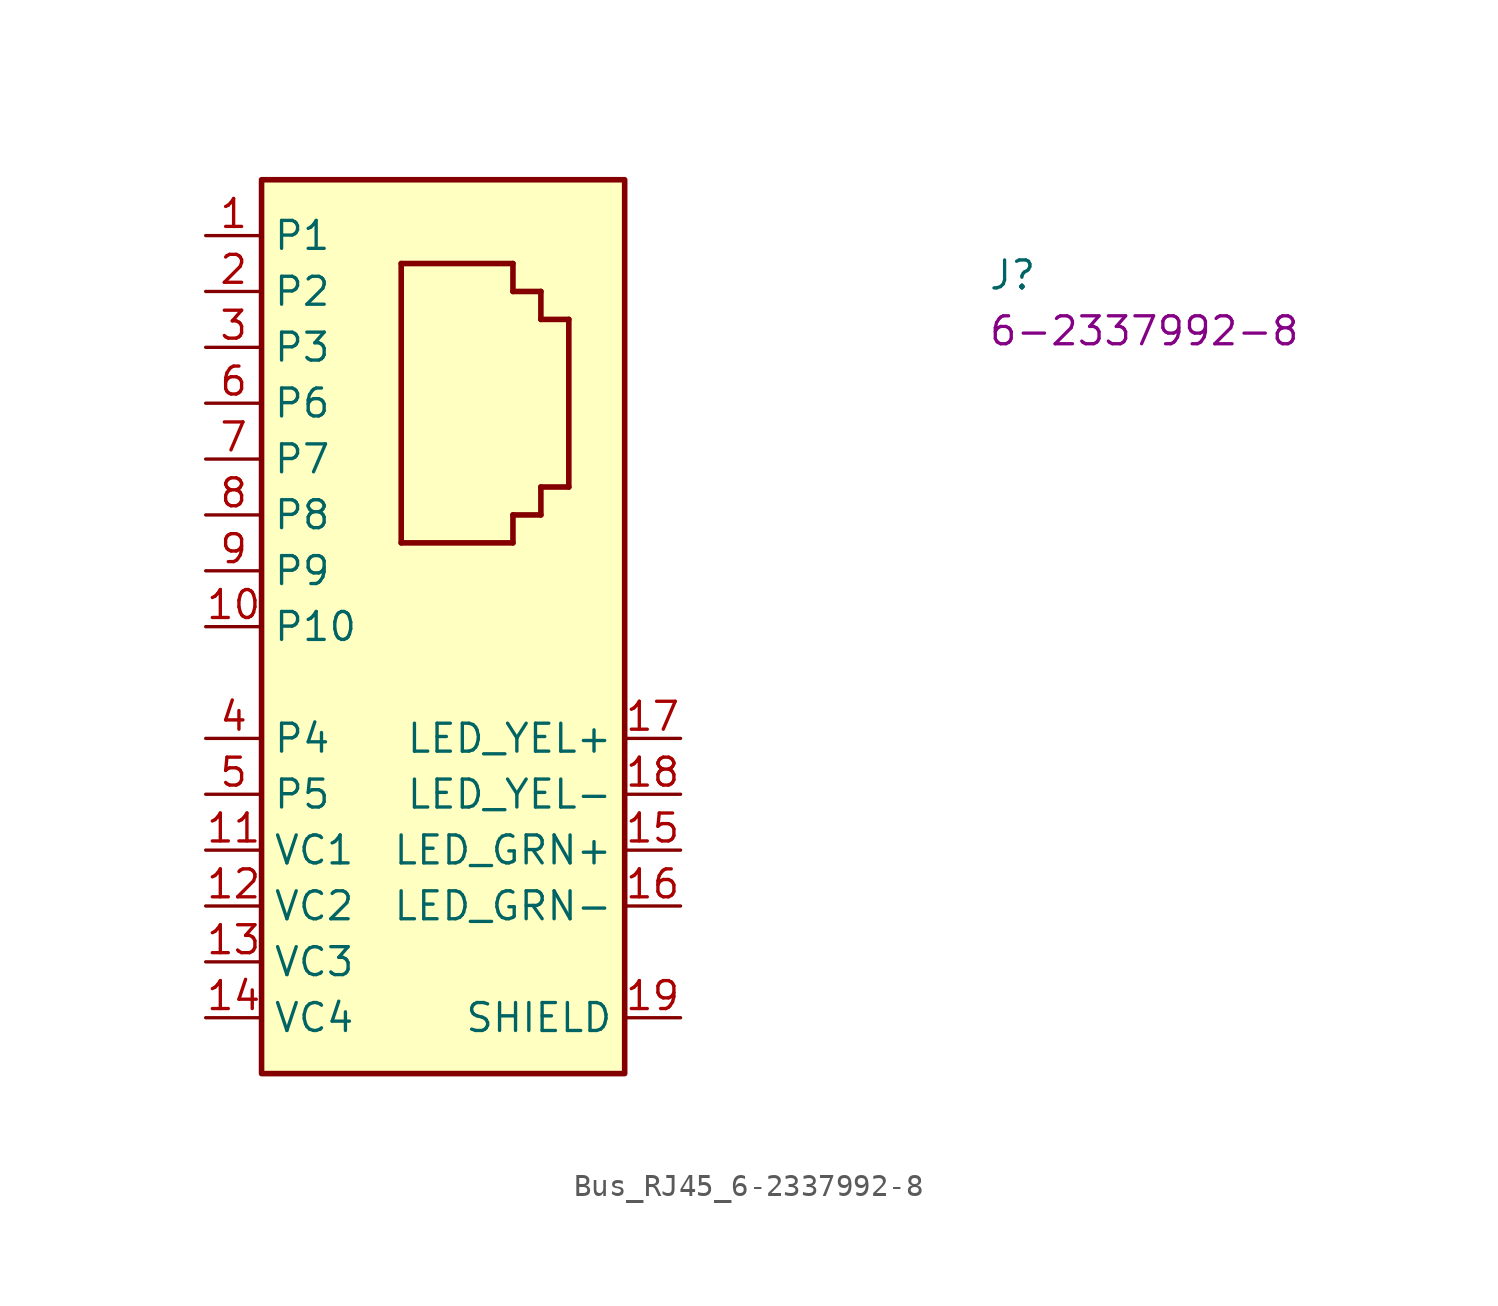
<source format=kicad_sym>
(kicad_symbol_lib
  (version 20220914)
  (generator kicad_symbol_editor)
  (symbol "Bus_RJ45_6-2337992-8"
    (property "Reference" "J"
      (at 35.56 -2.54 0)
      (effects (font (size 1.27 1.27) (thickness 0.15)) (justify left bottom)))
    (property "MPN" "6-2337992-8"
      (at 35.56 -5.08 0)
      (effects (font (size 1.27 1.27) (thickness 0.15)) (justify left bottom)))
    (symbol "Bus_RJ45_6-2337992-8_1_1"
      (polyline (pts (xy 8.89 -13.97) (xy 13.97 -13.97)) (stroke (width 0.254) (type default)) (fill (type background)))
      (polyline (pts (xy 8.89 -1.27) (xy 8.89 -13.97)) (stroke (width 0.254) (type default)) (fill (type background)))
      (polyline (pts (xy 8.89 -1.27) (xy 13.97 -1.27)) (stroke (width 0.254) (type default)) (fill (type background)))
      (polyline (pts (xy 13.97 -13.97) (xy 13.97 -12.7)) (stroke (width 0.254) (type default)) (fill (type background)))
      (polyline (pts (xy 13.97 -12.7) (xy 15.24 -12.7)) (stroke (width 0.254) (type default)) (fill (type background)))
      (polyline (pts (xy 13.97 -2.54) (xy 15.24 -2.54)) (stroke (width 0.254) (type default)) (fill (type background)))
      (polyline (pts (xy 13.97 -1.27) (xy 13.97 -2.54)) (stroke (width 0.254) (type default)) (fill (type background)))
      (polyline (pts (xy 15.24 -12.7) (xy 15.24 -11.43)) (stroke (width 0.254) (type default)) (fill (type background)))
      (polyline (pts (xy 15.24 -11.43) (xy 16.51 -11.43)) (stroke (width 0.254) (type default)) (fill (type background)))
      (polyline (pts (xy 15.24 -3.81) (xy 16.51 -3.81)) (stroke (width 0.254) (type default)) (fill (type background)))
      (polyline (pts (xy 15.24 -2.54) (xy 15.24 -3.81)) (stroke (width 0.254) (type default)) (fill (type background)))
      (polyline (pts (xy 16.51 -3.81) (xy 16.51 -11.43)) (stroke (width 0.254) (type default)) (fill (type background)))
      (rectangle (start 2.54 2.54) (end 19.05 -38.1) (stroke (width 0.254) (type default)) (fill (type background)))
      (pin bidirectional line (at 0 0 0) (length 2.54) (name "P1" (effects (font (size 1.27 1.27)))) (number "1" (effects (font (size 1.27 1.27)))))
      (pin bidirectional line (at 0 -17.78 0) (length 2.54) (name "P10" (effects (font (size 1.27 1.27)))) (number "10" (effects (font (size 1.27 1.27)))))
      (pin bidirectional line (at 0 -27.94 0) (length 2.54) (name "VC1" (effects (font (size 1.27 1.27)))) (number "11" (effects (font (size 1.27 1.27)))))
      (pin bidirectional line (at 0 -30.48 0) (length 2.54) (name "VC2" (effects (font (size 1.27 1.27)))) (number "12" (effects (font (size 1.27 1.27)))))
      (pin bidirectional line (at 0 -33.02 0) (length 2.54) (name "VC3" (effects (font (size 1.27 1.27)))) (number "13" (effects (font (size 1.27 1.27)))))
      (pin bidirectional line (at 0 -35.56 0) (length 2.54) (name "VC4" (effects (font (size 1.27 1.27)))) (number "14" (effects (font (size 1.27 1.27)))))
      (pin passive line (at 21.59 -27.94 180) (length 2.54) (name "LED_GRN+" (effects (font (size 1.27 1.27)))) (number "15" (effects (font (size 1.27 1.27)))))
      (pin passive line (at 21.59 -30.48 180) (length 2.54) (name "LED_GRN-" (effects (font (size 1.27 1.27)))) (number "16" (effects (font (size 1.27 1.27)))))
      (pin passive line (at 21.59 -22.86 180) (length 2.54) (name "LED_YEL+" (effects (font (size 1.27 1.27)))) (number "17" (effects (font (size 1.27 1.27)))))
      (pin passive line (at 21.59 -25.4 180) (length 2.54) (name "LED_YEL-" (effects (font (size 1.27 1.27)))) (number "18" (effects (font (size 1.27 1.27)))))
      (pin passive line (at 21.59 -35.56 180) (length 2.54) (name "SHIELD" (effects (font (size 1.27 1.27)))) (number "19" (effects (font (size 1.27 1.27)))))
      (pin bidirectional line (at 0 -2.54 0) (length 2.54) (name "P2" (effects (font (size 1.27 1.27)))) (number "2" (effects (font (size 1.27 1.27)))))
      (pin passive line (at 21.59 -35.56 180) (length 2.54) hide (name "SHIELD" (effects (font (size 1.27 1.27)))) (number "20" (effects (font (size 1.27 1.27)))))
      (pin bidirectional line (at 0 -5.08 0) (length 2.54) (name "P3" (effects (font (size 1.27 1.27)))) (number "3" (effects (font (size 1.27 1.27)))))
      (pin bidirectional line (at 0 -22.86 0) (length 2.54) (name "P4" (effects (font (size 1.27 1.27)))) (number "4" (effects (font (size 1.27 1.27)))))
      (pin bidirectional line (at 0 -25.4 0) (length 2.54) (name "P5" (effects (font (size 1.27 1.27)))) (number "5" (effects (font (size 1.27 1.27)))))
      (pin bidirectional line (at 0 -7.62 0) (length 2.54) (name "P6" (effects (font (size 1.27 1.27)))) (number "6" (effects (font (size 1.27 1.27)))))
      (pin bidirectional line (at 0 -10.16 0) (length 2.54) (name "P7" (effects (font (size 1.27 1.27)))) (number "7" (effects (font (size 1.27 1.27)))))
      (pin bidirectional line (at 0 -12.7 0) (length 2.54) (name "P8" (effects (font (size 1.27 1.27)))) (number "8" (effects (font (size 1.27 1.27)))))
      (pin bidirectional line (at 0 -15.24 0) (length 2.54) (name "P9" (effects (font (size 1.27 1.27)))) (number "9" (effects (font (size 1.27 1.27))))))))
</source>
